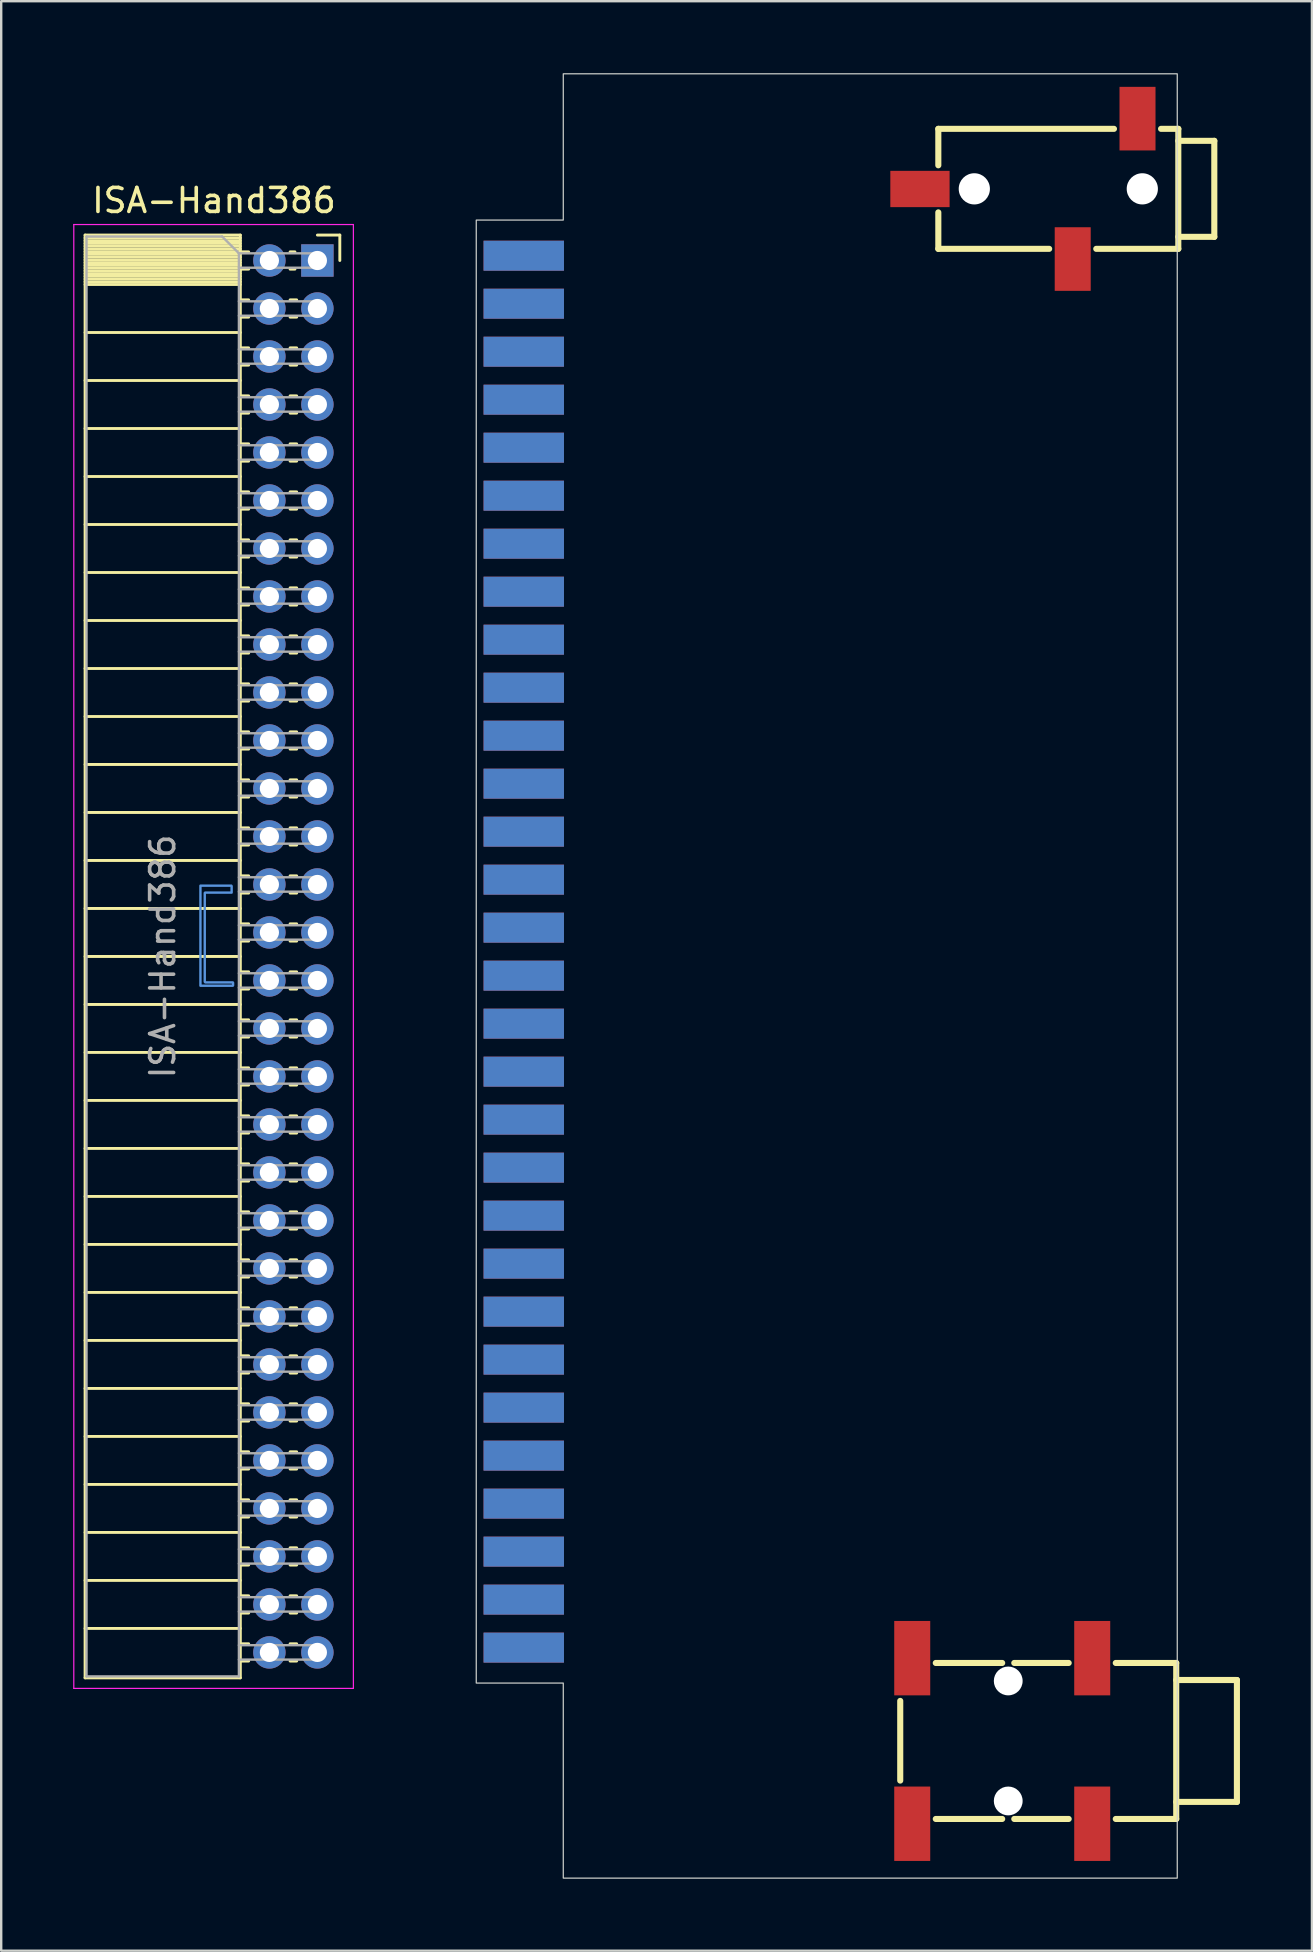
<source format=kicad_pcb>
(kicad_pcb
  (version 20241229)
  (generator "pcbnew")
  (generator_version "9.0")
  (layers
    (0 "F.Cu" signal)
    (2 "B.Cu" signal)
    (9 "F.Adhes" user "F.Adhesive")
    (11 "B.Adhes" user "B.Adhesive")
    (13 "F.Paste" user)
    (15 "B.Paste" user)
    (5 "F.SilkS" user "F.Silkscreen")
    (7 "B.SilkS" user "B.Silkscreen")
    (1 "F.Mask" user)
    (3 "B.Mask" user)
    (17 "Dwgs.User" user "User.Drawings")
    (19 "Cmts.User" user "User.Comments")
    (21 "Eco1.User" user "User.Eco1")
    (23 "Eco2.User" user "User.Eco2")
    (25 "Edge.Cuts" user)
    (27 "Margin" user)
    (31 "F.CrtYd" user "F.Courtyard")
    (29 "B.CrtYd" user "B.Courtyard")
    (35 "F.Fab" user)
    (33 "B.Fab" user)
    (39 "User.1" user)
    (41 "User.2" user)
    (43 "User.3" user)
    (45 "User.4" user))
  (footprint "ISA-Hand386"
    (layer "F.Cu")
    (at 10.175 7.805)
    (property "Reference" "ISA-Hand386" (at -4.31 -2.5 0) (layer "F.SilkS") (effects (font (size 1 1) (thickness 0.15))))
    (attr through_hole)
    (fp_line (start -9.68 -1.06) (end -9.68 59.06) (stroke (width 0.12) (type solid)) (layer "F.SilkS"))
    (fp_line (start -9.68 -1.06) (end -3.21 -1.06) (stroke (width 0.12) (type solid)) (layer "F.SilkS"))
    (fp_line (start -9.68 -0.94) (end -3.21 -0.94) (stroke (width 0.12) (type solid)) (layer "F.SilkS"))
    (fp_line (start -9.68 -0.826) (end -3.21 -0.826) (stroke (width 0.12) (type solid)) (layer "F.SilkS"))
    (fp_line (start -9.68 -0.712) (end -3.21 -0.712) (stroke (width 0.12) (type solid)) (layer "F.SilkS"))
    (fp_line (start -9.68 -0.598) (end -3.21 -0.598) (stroke (width 0.12) (type solid)) (layer "F.SilkS"))
    (fp_line (start -9.68 -0.484) (end -3.21 -0.484) (stroke (width 0.12) (type solid)) (layer "F.SilkS"))
    (fp_line (start -9.68 -0.369) (end -3.21 -0.369) (stroke (width 0.12) (type solid)) (layer "F.SilkS"))
    (fp_line (start -9.68 -0.255) (end -3.21 -0.255) (stroke (width 0.12) (type solid)) (layer "F.SilkS"))
    (fp_line (start -9.68 -0.141) (end -3.21 -0.141) (stroke (width 0.12) (type solid)) (layer "F.SilkS"))
    (fp_line (start -9.68 -0.027) (end -3.21 -0.027) (stroke (width 0.12) (type solid)) (layer "F.SilkS"))
    (fp_line (start -9.68 0.087) (end -3.21 0.087) (stroke (width 0.12) (type solid)) (layer "F.SilkS"))
    (fp_line (start -9.68 0.201) (end -3.21 0.201) (stroke (width 0.12) (type solid)) (layer "F.SilkS"))
    (fp_line (start -9.68 0.315) (end -3.21 0.315) (stroke (width 0.12) (type solid)) (layer "F.SilkS"))
    (fp_line (start -9.68 0.429) (end -3.21 0.429) (stroke (width 0.12) (type solid)) (layer "F.SilkS"))
    (fp_line (start -9.68 0.544) (end -3.21 0.544) (stroke (width 0.12) (type solid)) (layer "F.SilkS"))
    (fp_line (start -9.68 0.658) (end -3.21 0.658) (stroke (width 0.12) (type solid)) (layer "F.SilkS"))
    (fp_line (start -9.68 0.772) (end -3.21 0.772) (stroke (width 0.12) (type solid)) (layer "F.SilkS"))
    (fp_line (start -9.68 0.886) (end -3.21 0.886) (stroke (width 0.12) (type solid)) (layer "F.SilkS"))
    (fp_line (start -9.68 1) (end -3.21 1) (stroke (width 0.12) (type solid)) (layer "F.SilkS"))
    (fp_line (start -9.68 3) (end -3.21 3) (stroke (width 0.12) (type solid)) (layer "F.SilkS"))
    (fp_line (start -9.68 5) (end -3.21 5) (stroke (width 0.12) (type solid)) (layer "F.SilkS"))
    (fp_line (start -9.68 7) (end -3.21 7) (stroke (width 0.12) (type solid)) (layer "F.SilkS"))
    (fp_line (start -9.68 9) (end -3.21 9) (stroke (width 0.12) (type solid)) (layer "F.SilkS"))
    (fp_line (start -9.68 11) (end -3.21 11) (stroke (width 0.12) (type solid)) (layer "F.SilkS"))
    (fp_line (start -9.68 13) (end -3.21 13) (stroke (width 0.12) (type solid)) (layer "F.SilkS"))
    (fp_line (start -9.68 15) (end -3.21 15) (stroke (width 0.12) (type solid)) (layer "F.SilkS"))
    (fp_line (start -9.68 17) (end -3.21 17) (stroke (width 0.12) (type solid)) (layer "F.SilkS"))
    (fp_line (start -9.68 19) (end -3.21 19) (stroke (width 0.12) (type solid)) (layer "F.SilkS"))
    (fp_line (start -9.68 21) (end -3.21 21) (stroke (width 0.12) (type solid)) (layer "F.SilkS"))
    (fp_line (start -9.68 23) (end -3.21 23) (stroke (width 0.12) (type solid)) (layer "F.SilkS"))
    (fp_line (start -9.68 25) (end -3.21 25) (stroke (width 0.12) (type solid)) (layer "F.SilkS"))
    (fp_line (start -9.68 27) (end -3.21 27) (stroke (width 0.12) (type solid)) (layer "F.SilkS"))
    (fp_line (start -9.68 29) (end -3.21 29) (stroke (width 0.12) (type solid)) (layer "F.SilkS"))
    (fp_line (start -9.68 31) (end -3.21 31) (stroke (width 0.12) (type solid)) (layer "F.SilkS"))
    (fp_line (start -9.68 33) (end -3.21 33) (stroke (width 0.12) (type solid)) (layer "F.SilkS"))
    (fp_line (start -9.68 35) (end -3.21 35) (stroke (width 0.12) (type solid)) (layer "F.SilkS"))
    (fp_line (start -9.68 37) (end -3.21 37) (stroke (width 0.12) (type solid)) (layer "F.SilkS"))
    (fp_line (start -9.68 39) (end -3.21 39) (stroke (width 0.12) (type solid)) (layer "F.SilkS"))
    (fp_line (start -9.68 41) (end -3.21 41) (stroke (width 0.12) (type solid)) (layer "F.SilkS"))
    (fp_line (start -9.68 43) (end -3.21 43) (stroke (width 0.12) (type solid)) (layer "F.SilkS"))
    (fp_line (start -9.68 45) (end -3.21 45) (stroke (width 0.12) (type solid)) (layer "F.SilkS"))
    (fp_line (start -9.68 47) (end -3.21 47) (stroke (width 0.12) (type solid)) (layer "F.SilkS"))
    (fp_line (start -9.68 49) (end -3.21 49) (stroke (width 0.12) (type solid)) (layer "F.SilkS"))
    (fp_line (start -9.68 51) (end -3.21 51) (stroke (width 0.12) (type solid)) (layer "F.SilkS"))
    (fp_line (start -9.68 53) (end -3.21 53) (stroke (width 0.12) (type solid)) (layer "F.SilkS"))
    (fp_line (start -9.68 55) (end -3.21 55) (stroke (width 0.12) (type solid)) (layer "F.SilkS"))
    (fp_line (start -9.68 57) (end -3.21 57) (stroke (width 0.12) (type solid)) (layer "F.SilkS"))
    (fp_line (start -9.68 59.06) (end -3.21 59.06) (stroke (width 0.12) (type solid)) (layer "F.SilkS"))
    (fp_line (start -3.21 -1.06) (end -3.21 59.06) (stroke (width 0.12) (type solid)) (layer "F.SilkS"))
    (fp_line (start -3.21 -0.36) (end -2.863 -0.36) (stroke (width 0.12) (type solid)) (layer "F.SilkS"))
    (fp_line (start -3.21 0.36) (end -2.863 0.36) (stroke (width 0.12) (type solid)) (layer "F.SilkS"))
    (fp_line (start -3.21 1.64) (end -2.863 1.64) (stroke (width 0.12) (type solid)) (layer "F.SilkS"))
    (fp_line (start -3.21 2.36) (end -2.863 2.36) (stroke (width 0.12) (type solid)) (layer "F.SilkS"))
    (fp_line (start -3.21 3.64) (end -2.863 3.64) (stroke (width 0.12) (type solid)) (layer "F.SilkS"))
    (fp_line (start -3.21 4.36) (end -2.863 4.36) (stroke (width 0.12) (type solid)) (layer "F.SilkS"))
    (fp_line (start -3.21 5.64) (end -2.863 5.64) (stroke (width 0.12) (type solid)) (layer "F.SilkS"))
    (fp_line (start -3.21 6.36) (end -2.863 6.36) (stroke (width 0.12) (type solid)) (layer "F.SilkS"))
    (fp_line (start -3.21 7.64) (end -2.863 7.64) (stroke (width 0.12) (type solid)) (layer "F.SilkS"))
    (fp_line (start -3.21 8.36) (end -2.863 8.36) (stroke (width 0.12) (type solid)) (layer "F.SilkS"))
    (fp_line (start -3.21 9.64) (end -2.863 9.64) (stroke (width 0.12) (type solid)) (layer "F.SilkS"))
    (fp_line (start -3.21 10.36) (end -2.863 10.36) (stroke (width 0.12) (type solid)) (layer "F.SilkS"))
    (fp_line (start -3.21 11.64) (end -2.863 11.64) (stroke (width 0.12) (type solid)) (layer "F.SilkS"))
    (fp_line (start -3.21 12.36) (end -2.863 12.36) (stroke (width 0.12) (type solid)) (layer "F.SilkS"))
    (fp_line (start -3.21 13.64) (end -2.863 13.64) (stroke (width 0.12) (type solid)) (layer "F.SilkS"))
    (fp_line (start -3.21 14.36) (end -2.863 14.36) (stroke (width 0.12) (type solid)) (layer "F.SilkS"))
    (fp_line (start -3.21 15.64) (end -2.863 15.64) (stroke (width 0.12) (type solid)) (layer "F.SilkS"))
    (fp_line (start -3.21 16.36) (end -2.863 16.36) (stroke (width 0.12) (type solid)) (layer "F.SilkS"))
    (fp_line (start -3.21 17.64) (end -2.863 17.64) (stroke (width 0.12) (type solid)) (layer "F.SilkS"))
    (fp_line (start -3.21 18.36) (end -2.863 18.36) (stroke (width 0.12) (type solid)) (layer "F.SilkS"))
    (fp_line (start -3.21 19.64) (end -2.863 19.64) (stroke (width 0.12) (type solid)) (layer "F.SilkS"))
    (fp_line (start -3.21 20.36) (end -2.863 20.36) (stroke (width 0.12) (type solid)) (layer "F.SilkS"))
    (fp_line (start -3.21 21.64) (end -2.863 21.64) (stroke (width 0.12) (type solid)) (layer "F.SilkS"))
    (fp_line (start -3.21 22.36) (end -2.863 22.36) (stroke (width 0.12) (type solid)) (layer "F.SilkS"))
    (fp_line (start -3.21 23.64) (end -2.863 23.64) (stroke (width 0.12) (type solid)) (layer "F.SilkS"))
    (fp_line (start -3.21 24.36) (end -2.863 24.36) (stroke (width 0.12) (type solid)) (layer "F.SilkS"))
    (fp_line (start -3.21 25.64) (end -2.863 25.64) (stroke (width 0.12) (type solid)) (layer "F.SilkS"))
    (fp_line (start -3.21 26.36) (end -2.863 26.36) (stroke (width 0.12) (type solid)) (layer "F.SilkS"))
    (fp_line (start -3.21 27.64) (end -2.863 27.64) (stroke (width 0.12) (type solid)) (layer "F.SilkS"))
    (fp_line (start -3.21 28.36) (end -2.863 28.36) (stroke (width 0.12) (type solid)) (layer "F.SilkS"))
    (fp_line (start -3.21 29.64) (end -2.863 29.64) (stroke (width 0.12) (type solid)) (layer "F.SilkS"))
    (fp_line (start -3.21 30.36) (end -2.863 30.36) (stroke (width 0.12) (type solid)) (layer "F.SilkS"))
    (fp_line (start -3.21 31.64) (end -2.863 31.64) (stroke (width 0.12) (type solid)) (layer "F.SilkS"))
    (fp_line (start -3.21 32.36) (end -2.863 32.36) (stroke (width 0.12) (type solid)) (layer "F.SilkS"))
    (fp_line (start -3.21 33.64) (end -2.863 33.64) (stroke (width 0.12) (type solid)) (layer "F.SilkS"))
    (fp_line (start -3.21 34.36) (end -2.863 34.36) (stroke (width 0.12) (type solid)) (layer "F.SilkS"))
    (fp_line (start -3.21 35.64) (end -2.863 35.64) (stroke (width 0.12) (type solid)) (layer "F.SilkS"))
    (fp_line (start -3.21 36.36) (end -2.863 36.36) (stroke (width 0.12) (type solid)) (layer "F.SilkS"))
    (fp_line (start -3.21 37.64) (end -2.863 37.64) (stroke (width 0.12) (type solid)) (layer "F.SilkS"))
    (fp_line (start -3.21 38.36) (end -2.863 38.36) (stroke (width 0.12) (type solid)) (layer "F.SilkS"))
    (fp_line (start -3.21 39.64) (end -2.863 39.64) (stroke (width 0.12) (type solid)) (layer "F.SilkS"))
    (fp_line (start -3.21 40.36) (end -2.863 40.36) (stroke (width 0.12) (type solid)) (layer "F.SilkS"))
    (fp_line (start -3.21 41.64) (end -2.863 41.64) (stroke (width 0.12) (type solid)) (layer "F.SilkS"))
    (fp_line (start -3.21 42.36) (end -2.863 42.36) (stroke (width 0.12) (type solid)) (layer "F.SilkS"))
    (fp_line (start -3.21 43.64) (end -2.863 43.64) (stroke (width 0.12) (type solid)) (layer "F.SilkS"))
    (fp_line (start -3.21 44.36) (end -2.863 44.36) (stroke (width 0.12) (type solid)) (layer "F.SilkS"))
    (fp_line (start -3.21 45.64) (end -2.863 45.64) (stroke (width 0.12) (type solid)) (layer "F.SilkS"))
    (fp_line (start -3.21 46.36) (end -2.863 46.36) (stroke (width 0.12) (type solid)) (layer "F.SilkS"))
    (fp_line (start -3.21 47.64) (end -2.863 47.64) (stroke (width 0.12) (type solid)) (layer "F.SilkS"))
    (fp_line (start -3.21 48.36) (end -2.863 48.36) (stroke (width 0.12) (type solid)) (layer "F.SilkS"))
    (fp_line (start -3.21 49.64) (end -2.863 49.64) (stroke (width 0.12) (type solid)) (layer "F.SilkS"))
    (fp_line (start -3.21 50.36) (end -2.863 50.36) (stroke (width 0.12) (type solid)) (layer "F.SilkS"))
    (fp_line (start -3.21 51.64) (end -2.863 51.64) (stroke (width 0.12) (type solid)) (layer "F.SilkS"))
    (fp_line (start -3.21 52.36) (end -2.863 52.36) (stroke (width 0.12) (type solid)) (layer "F.SilkS"))
    (fp_line (start -3.21 53.64) (end -2.863 53.64) (stroke (width 0.12) (type solid)) (layer "F.SilkS"))
    (fp_line (start -3.21 54.36) (end -2.863 54.36) (stroke (width 0.12) (type solid)) (layer "F.SilkS"))
    (fp_line (start -3.21 55.64) (end -2.863 55.64) (stroke (width 0.12) (type solid)) (layer "F.SilkS"))
    (fp_line (start -3.21 56.36) (end -2.863 56.36) (stroke (width 0.12) (type solid)) (layer "F.SilkS"))
    (fp_line (start -3.21 57.64) (end -2.863 57.64) (stroke (width 0.12) (type solid)) (layer "F.SilkS"))
    (fp_line (start -3.21 58.36) (end -2.863 58.36) (stroke (width 0.12) (type solid)) (layer "F.SilkS"))
    (fp_line (start -1.137 -0.36) (end -0.935 -0.36) (stroke (width 0.12) (type solid)) (layer "F.SilkS"))
    (fp_line (start -1.137 0.36) (end -0.935 0.36) (stroke (width 0.12) (type solid)) (layer "F.SilkS"))
    (fp_line (start -1.137 1.64) (end -0.863 1.64) (stroke (width 0.12) (type solid)) (layer "F.SilkS"))
    (fp_line (start -1.137 2.36) (end -0.863 2.36) (stroke (width 0.12) (type solid)) (layer "F.SilkS"))
    (fp_line (start -1.137 3.64) (end -0.863 3.64) (stroke (width 0.12) (type solid)) (layer "F.SilkS"))
    (fp_line (start -1.137 4.36) (end -0.863 4.36) (stroke (width 0.12) (type solid)) (layer "F.SilkS"))
    (fp_line (start -1.137 5.64) (end -0.863 5.64) (stroke (width 0.12) (type solid)) (layer "F.SilkS"))
    (fp_line (start -1.137 6.36) (end -0.863 6.36) (stroke (width 0.12) (type solid)) (layer "F.SilkS"))
    (fp_line (start -1.137 7.64) (end -0.863 7.64) (stroke (width 0.12) (type solid)) (layer "F.SilkS"))
    (fp_line (start -1.137 8.36) (end -0.863 8.36) (stroke (width 0.12) (type solid)) (layer "F.SilkS"))
    (fp_line (start -1.137 9.64) (end -0.863 9.64) (stroke (width 0.12) (type solid)) (layer "F.SilkS"))
    (fp_line (start -1.137 10.36) (end -0.863 10.36) (stroke (width 0.12) (type solid)) (layer "F.SilkS"))
    (fp_line (start -1.137 11.64) (end -0.863 11.64) (stroke (width 0.12) (type solid)) (layer "F.SilkS"))
    (fp_line (start -1.137 12.36) (end -0.863 12.36) (stroke (width 0.12) (type solid)) (layer "F.SilkS"))
    (fp_line (start -1.137 13.64) (end -0.863 13.64) (stroke (width 0.12) (type solid)) (layer "F.SilkS"))
    (fp_line (start -1.137 14.36) (end -0.863 14.36) (stroke (width 0.12) (type solid)) (layer "F.SilkS"))
    (fp_line (start -1.137 15.64) (end -0.863 15.64) (stroke (width 0.12) (type solid)) (layer "F.SilkS"))
    (fp_line (start -1.137 16.36) (end -0.863 16.36) (stroke (width 0.12) (type solid)) (layer "F.SilkS"))
    (fp_line (start -1.137 17.64) (end -0.863 17.64) (stroke (width 0.12) (type solid)) (layer "F.SilkS"))
    (fp_line (start -1.137 18.36) (end -0.863 18.36) (stroke (width 0.12) (type solid)) (layer "F.SilkS"))
    (fp_line (start -1.137 19.64) (end -0.863 19.64) (stroke (width 0.12) (type solid)) (layer "F.SilkS"))
    (fp_line (start -1.137 20.36) (end -0.863 20.36) (stroke (width 0.12) (type solid)) (layer "F.SilkS"))
    (fp_line (start -1.137 21.64) (end -0.863 21.64) (stroke (width 0.12) (type solid)) (layer "F.SilkS"))
    (fp_line (start -1.137 22.36) (end -0.863 22.36) (stroke (width 0.12) (type solid)) (layer "F.SilkS"))
    (fp_line (start -1.137 23.64) (end -0.863 23.64) (stroke (width 0.12) (type solid)) (layer "F.SilkS"))
    (fp_line (start -1.137 24.36) (end -0.863 24.36) (stroke (width 0.12) (type solid)) (layer "F.SilkS"))
    (fp_line (start -1.137 25.64) (end -0.863 25.64) (stroke (width 0.12) (type solid)) (layer "F.SilkS"))
    (fp_line (start -1.137 26.36) (end -0.863 26.36) (stroke (width 0.12) (type solid)) (layer "F.SilkS"))
    (fp_line (start -1.137 27.64) (end -0.863 27.64) (stroke (width 0.12) (type solid)) (layer "F.SilkS"))
    (fp_line (start -1.137 28.36) (end -0.863 28.36) (stroke (width 0.12) (type solid)) (layer "F.SilkS"))
    (fp_line (start -1.137 29.64) (end -0.863 29.64) (stroke (width 0.12) (type solid)) (layer "F.SilkS"))
    (fp_line (start -1.137 30.36) (end -0.863 30.36) (stroke (width 0.12) (type solid)) (layer "F.SilkS"))
    (fp_line (start -1.137 31.64) (end -0.863 31.64) (stroke (width 0.12) (type solid)) (layer "F.SilkS"))
    (fp_line (start -1.137 32.36) (end -0.863 32.36) (stroke (width 0.12) (type solid)) (layer "F.SilkS"))
    (fp_line (start -1.137 33.64) (end -0.863 33.64) (stroke (width 0.12) (type solid)) (layer "F.SilkS"))
    (fp_line (start -1.137 34.36) (end -0.863 34.36) (stroke (width 0.12) (type solid)) (layer "F.SilkS"))
    (fp_line (start -1.137 35.64) (end -0.863 35.64) (stroke (width 0.12) (type solid)) (layer "F.SilkS"))
    (fp_line (start -1.137 36.36) (end -0.863 36.36) (stroke (width 0.12) (type solid)) (layer "F.SilkS"))
    (fp_line (start -1.137 37.64) (end -0.863 37.64) (stroke (width 0.12) (type solid)) (layer "F.SilkS"))
    (fp_line (start -1.137 38.36) (end -0.863 38.36) (stroke (width 0.12) (type solid)) (layer "F.SilkS"))
    (fp_line (start -1.137 39.64) (end -0.863 39.64) (stroke (width 0.12) (type solid)) (layer "F.SilkS"))
    (fp_line (start -1.137 40.36) (end -0.863 40.36) (stroke (width 0.12) (type solid)) (layer "F.SilkS"))
    (fp_line (start -1.137 41.64) (end -0.863 41.64) (stroke (width 0.12) (type solid)) (layer "F.SilkS"))
    (fp_line (start -1.137 42.36) (end -0.863 42.36) (stroke (width 0.12) (type solid)) (layer "F.SilkS"))
    (fp_line (start -1.137 43.64) (end -0.863 43.64) (stroke (width 0.12) (type solid)) (layer "F.SilkS"))
    (fp_line (start -1.137 44.36) (end -0.863 44.36) (stroke (width 0.12) (type solid)) (layer "F.SilkS"))
    (fp_line (start -1.137 45.64) (end -0.863 45.64) (stroke (width 0.12) (type solid)) (layer "F.SilkS"))
    (fp_line (start -1.137 46.36) (end -0.863 46.36) (stroke (width 0.12) (type solid)) (layer "F.SilkS"))
    (fp_line (start -1.137 47.64) (end -0.863 47.64) (stroke (width 0.12) (type solid)) (layer "F.SilkS"))
    (fp_line (start -1.137 48.36) (end -0.863 48.36) (stroke (width 0.12) (type solid)) (layer "F.SilkS"))
    (fp_line (start -1.137 49.64) (end -0.863 49.64) (stroke (width 0.12) (type solid)) (layer "F.SilkS"))
    (fp_line (start -1.137 50.36) (end -0.863 50.36) (stroke (width 0.12) (type solid)) (layer "F.SilkS"))
    (fp_line (start -1.137 51.64) (end -0.863 51.64) (stroke (width 0.12) (type solid)) (layer "F.SilkS"))
    (fp_line (start -1.137 52.36) (end -0.863 52.36) (stroke (width 0.12) (type solid)) (layer "F.SilkS"))
    (fp_line (start -1.137 53.64) (end -0.863 53.64) (stroke (width 0.12) (type solid)) (layer "F.SilkS"))
    (fp_line (start -1.137 54.36) (end -0.863 54.36) (stroke (width 0.12) (type solid)) (layer "F.SilkS"))
    (fp_line (start -1.137 55.64) (end -0.863 55.64) (stroke (width 0.12) (type solid)) (layer "F.SilkS"))
    (fp_line (start -1.137 56.36) (end -0.863 56.36) (stroke (width 0.12) (type solid)) (layer "F.SilkS"))
    (fp_line (start -1.137 57.64) (end -0.863 57.64) (stroke (width 0.12) (type solid)) (layer "F.SilkS"))
    (fp_line (start -1.137 58.36) (end -0.863 58.36) (stroke (width 0.12) (type solid)) (layer "F.SilkS"))
    (fp_line (start 0 -1.06) (end 0.935 -1.06) (stroke (width 0.12) (type solid)) (layer "F.SilkS"))
    (fp_line (start 0.935 -1.06) (end 0.935 0) (stroke (width 0.12) (type solid)) (layer "F.SilkS"))
    (fp_line (start 24.287 60.02) (end 24.287 63.34) (stroke (width 0.254) (type solid)) (layer "F.SilkS"))
    (fp_line (start 25.874 -5.486) (end 25.874 -3.967) (stroke (width 0.254) (type solid)) (layer "F.SilkS"))
    (fp_line (start 25.874 -2.005) (end 25.874 -0.486) (stroke (width 0.254) (type solid)) (layer "F.SilkS"))
    (fp_line (start 28.535 58.439) (end 25.768 58.439) (stroke (width 0.254) (type solid)) (layer "F.SilkS"))
    (fp_line (start 28.535 64.939) (end 25.768 64.939) (stroke (width 0.254) (type solid)) (layer "F.SilkS"))
    (fp_line (start 30.493 -0.486) (end 25.874 -0.486) (stroke (width 0.254) (type solid)) (layer "F.SilkS"))
    (fp_line (start 31.306 58.439) (end 29.039 58.439) (stroke (width 0.254) (type solid)) (layer "F.SilkS"))
    (fp_line (start 31.306 64.939) (end 29.039 64.939) (stroke (width 0.254) (type solid)) (layer "F.SilkS"))
    (fp_line (start 33.193 -5.486) (end 25.874 -5.486) (stroke (width 0.254) (type solid)) (layer "F.SilkS"))
    (fp_line (start 35.787 58.439) (end 33.268 58.439) (stroke (width 0.254) (type solid)) (layer "F.SilkS"))
    (fp_line (start 35.787 58.439) (end 35.787 64.939) (stroke (width 0.254) (type solid)) (layer "F.SilkS"))
    (fp_line (start 35.787 64.229) (end 38.316 64.229) (stroke (width 0.254) (type solid)) (layer "F.SilkS"))
    (fp_line (start 35.787 64.939) (end 33.268 64.939) (stroke (width 0.254) (type solid)) (layer "F.SilkS"))
    (fp_line (start 35.874 -5.486) (end 35.155 -5.486) (stroke (width 0.254) (type solid)) (layer "F.SilkS"))
    (fp_line (start 35.874 -0.986) (end 37.374 -0.986) (stroke (width 0.254) (type solid)) (layer "F.SilkS"))
    (fp_line (start 35.874 -0.486) (end 32.455 -0.486) (stroke (width 0.254) (type solid)) (layer "F.SilkS"))
    (fp_line (start 35.874 -0.486) (end 35.874 -5.486) (stroke (width 0.254) (type solid)) (layer "F.SilkS"))
    (fp_line (start 37.374 -4.986) (end 35.874 -4.986) (stroke (width 0.254) (type solid)) (layer "F.SilkS"))
    (fp_line (start 37.374 -0.986) (end 37.374 -4.986) (stroke (width 0.254) (type solid)) (layer "F.SilkS"))
    (fp_line (start 38.316 59.149) (end 35.787 59.149) (stroke (width 0.254) (type solid)) (layer "F.SilkS"))
    (fp_line (start 38.316 64.229) (end 38.316 59.149) (stroke (width 0.254) (type solid)) (layer "F.SilkS"))
    (fp_circle (center 27.374 -2.986) (end 27.099 -2.986) (stroke (width 0.55) (type solid)) (fill no) (layer "Cmts.User"))
    (fp_circle (center 28.787 59.189) (end 28.787 59.389) (stroke (width 0.4) (type solid)) (fill no) (layer "Cmts.User"))
    (fp_circle (center 28.787 64.189) (end 28.787 64.389) (stroke (width 0.4) (type solid)) (fill no) (layer "Cmts.User"))
    (fp_circle (center 34.374 -2.986) (end 34.099 -2.986) (stroke (width 0.55) (type solid)) (fill no) (layer "Cmts.User"))
    (fp_poly (pts (xy -3.573 26.34) (xy -4.683 26.34) (xy -4.693 26.35) (xy -4.693 30.06) (xy -4.673 30.08) (xy -3.523 30.08) (xy -3.513 30.09) (xy -3.513 30.21) (xy -3.523 30.22) (xy -4.873 30.22) (xy -4.873 26.07) (xy -4.873 26.05) (xy -3.583 26.05) (xy -3.573 26.07)) (stroke (width 0.1) (type solid)) (fill no) (layer "Cmts.User"))
    (fp_poly (pts (xy 6.62 59.276) (xy 10.246 59.276) (xy 10.246 67.404) (xy 35.83 67.404) (xy 35.83 -7.78) (xy 10.246 -7.78) (xy 10.246 -1.684) (xy 6.62 -1.684)) (stroke (width 0.05) (type solid)) (fill no) (layer "Edge.Cuts"))
    (fp_line (start -10.15 -1.5) (end -10.15 59.5) (stroke (width 0.05) (type solid)) (layer "F.CrtYd"))
    (fp_line (start -10.15 59.5) (end 1.5 59.5) (stroke (width 0.05) (type solid)) (layer "F.CrtYd"))
    (fp_line (start 1.5 -1.5) (end -10.15 -1.5) (stroke (width 0.05) (type solid)) (layer "F.CrtYd"))
    (fp_line (start 1.5 59.5) (end 1.5 -1.5) (stroke (width 0.05) (type solid)) (layer "F.CrtYd"))
    (fp_line (start -9.62 -1) (end -3.97 -1) (stroke (width 0.1) (type solid)) (layer "F.Fab"))
    (fp_line (start -9.62 59) (end -9.62 -1) (stroke (width 0.1) (type solid)) (layer "F.Fab"))
    (fp_line (start -3.97 -1) (end -3.27 -0.3) (stroke (width 0.1) (type solid)) (layer "F.Fab"))
    (fp_line (start -3.27 -0.3) (end -3.27 59) (stroke (width 0.1) (type solid)) (layer "F.Fab"))
    (fp_line (start -3.27 0.3) (end 0 0.3) (stroke (width 0.1) (type solid)) (layer "F.Fab"))
    (fp_line (start -3.27 2.3) (end 0 2.3) (stroke (width 0.1) (type solid)) (layer "F.Fab"))
    (fp_line (start -3.27 4.3) (end 0 4.3) (stroke (width 0.1) (type solid)) (layer "F.Fab"))
    (fp_line (start -3.27 6.3) (end 0 6.3) (stroke (width 0.1) (type solid)) (layer "F.Fab"))
    (fp_line (start -3.27 8.3) (end 0 8.3) (stroke (width 0.1) (type solid)) (layer "F.Fab"))
    (fp_line (start -3.27 10.3) (end 0 10.3) (stroke (width 0.1) (type solid)) (layer "F.Fab"))
    (fp_line (start -3.27 12.3) (end 0 12.3) (stroke (width 0.1) (type solid)) (layer "F.Fab"))
    (fp_line (start -3.27 14.3) (end 0 14.3) (stroke (width 0.1) (type solid)) (layer "F.Fab"))
    (fp_line (start -3.27 16.3) (end 0 16.3) (stroke (width 0.1) (type solid)) (layer "F.Fab"))
    (fp_line (start -3.27 18.3) (end 0 18.3) (stroke (width 0.1) (type solid)) (layer "F.Fab"))
    (fp_line (start -3.27 20.3) (end 0 20.3) (stroke (width 0.1) (type solid)) (layer "F.Fab"))
    (fp_line (start -3.27 22.3) (end 0 22.3) (stroke (width 0.1) (type solid)) (layer "F.Fab"))
    (fp_line (start -3.27 24.3) (end 0 24.3) (stroke (width 0.1) (type solid)) (layer "F.Fab"))
    (fp_line (start -3.27 26.3) (end 0 26.3) (stroke (width 0.1) (type solid)) (layer "F.Fab"))
    (fp_line (start -3.27 28.3) (end 0 28.3) (stroke (width 0.1) (type solid)) (layer "F.Fab"))
    (fp_line (start -3.27 30.3) (end 0 30.3) (stroke (width 0.1) (type solid)) (layer "F.Fab"))
    (fp_line (start -3.27 32.3) (end 0 32.3) (stroke (width 0.1) (type solid)) (layer "F.Fab"))
    (fp_line (start -3.27 34.3) (end 0 34.3) (stroke (width 0.1) (type solid)) (layer "F.Fab"))
    (fp_line (start -3.27 36.3) (end 0 36.3) (stroke (width 0.1) (type solid)) (layer "F.Fab"))
    (fp_line (start -3.27 38.3) (end 0 38.3) (stroke (width 0.1) (type solid)) (layer "F.Fab"))
    (fp_line (start -3.27 40.3) (end 0 40.3) (stroke (width 0.1) (type solid)) (layer "F.Fab"))
    (fp_line (start -3.27 42.3) (end 0 42.3) (stroke (width 0.1) (type solid)) (layer "F.Fab"))
    (fp_line (start -3.27 44.3) (end 0 44.3) (stroke (width 0.1) (type solid)) (layer "F.Fab"))
    (fp_line (start -3.27 46.3) (end 0 46.3) (stroke (width 0.1) (type solid)) (layer "F.Fab"))
    (fp_line (start -3.27 48.3) (end 0 48.3) (stroke (width 0.1) (type solid)) (layer "F.Fab"))
    (fp_line (start -3.27 50.3) (end 0 50.3) (stroke (width 0.1) (type solid)) (layer "F.Fab"))
    (fp_line (start -3.27 52.3) (end 0 52.3) (stroke (width 0.1) (type solid)) (layer "F.Fab"))
    (fp_line (start -3.27 54.3) (end 0 54.3) (stroke (width 0.1) (type solid)) (layer "F.Fab"))
    (fp_line (start -3.27 56.3) (end 0 56.3) (stroke (width 0.1) (type solid)) (layer "F.Fab"))
    (fp_line (start -3.27 58.3) (end 0 58.3) (stroke (width 0.1) (type solid)) (layer "F.Fab"))
    (fp_line (start -3.27 59) (end -9.62 59) (stroke (width 0.1) (type solid)) (layer "F.Fab"))
    (fp_line (start 0 -0.3) (end -3.27 -0.3) (stroke (width 0.1) (type solid)) (layer "F.Fab"))
    (fp_line (start 0 0.3) (end 0 -0.3) (stroke (width 0.1) (type solid)) (layer "F.Fab"))
    (fp_line (start 0 1.7) (end -3.27 1.7) (stroke (width 0.1) (type solid)) (layer "F.Fab"))
    (fp_line (start 0 2.3) (end 0 1.7) (stroke (width 0.1) (type solid)) (layer "F.Fab"))
    (fp_line (start 0 3.7) (end -3.27 3.7) (stroke (width 0.1) (type solid)) (layer "F.Fab"))
    (fp_line (start 0 4.3) (end 0 3.7) (stroke (width 0.1) (type solid)) (layer "F.Fab"))
    (fp_line (start 0 5.7) (end -3.27 5.7) (stroke (width 0.1) (type solid)) (layer "F.Fab"))
    (fp_line (start 0 6.3) (end 0 5.7) (stroke (width 0.1) (type solid)) (layer "F.Fab"))
    (fp_line (start 0 7.7) (end -3.27 7.7) (stroke (width 0.1) (type solid)) (layer "F.Fab"))
    (fp_line (start 0 8.3) (end 0 7.7) (stroke (width 0.1) (type solid)) (layer "F.Fab"))
    (fp_line (start 0 9.7) (end -3.27 9.7) (stroke (width 0.1) (type solid)) (layer "F.Fab"))
    (fp_line (start 0 10.3) (end 0 9.7) (stroke (width 0.1) (type solid)) (layer "F.Fab"))
    (fp_line (start 0 11.7) (end -3.27 11.7) (stroke (width 0.1) (type solid)) (layer "F.Fab"))
    (fp_line (start 0 12.3) (end 0 11.7) (stroke (width 0.1) (type solid)) (layer "F.Fab"))
    (fp_line (start 0 13.7) (end -3.27 13.7) (stroke (width 0.1) (type solid)) (layer "F.Fab"))
    (fp_line (start 0 14.3) (end 0 13.7) (stroke (width 0.1) (type solid)) (layer "F.Fab"))
    (fp_line (start 0 15.7) (end -3.27 15.7) (stroke (width 0.1) (type solid)) (layer "F.Fab"))
    (fp_line (start 0 16.3) (end 0 15.7) (stroke (width 0.1) (type solid)) (layer "F.Fab"))
    (fp_line (start 0 17.7) (end -3.27 17.7) (stroke (width 0.1) (type solid)) (layer "F.Fab"))
    (fp_line (start 0 18.3) (end 0 17.7) (stroke (width 0.1) (type solid)) (layer "F.Fab"))
    (fp_line (start 0 19.7) (end -3.27 19.7) (stroke (width 0.1) (type solid)) (layer "F.Fab"))
    (fp_line (start 0 20.3) (end 0 19.7) (stroke (width 0.1) (type solid)) (layer "F.Fab"))
    (fp_line (start 0 21.7) (end -3.27 21.7) (stroke (width 0.1) (type solid)) (layer "F.Fab"))
    (fp_line (start 0 22.3) (end 0 21.7) (stroke (width 0.1) (type solid)) (layer "F.Fab"))
    (fp_line (start 0 23.7) (end -3.27 23.7) (stroke (width 0.1) (type solid)) (layer "F.Fab"))
    (fp_line (start 0 24.3) (end 0 23.7) (stroke (width 0.1) (type solid)) (layer "F.Fab"))
    (fp_line (start 0 25.7) (end -3.27 25.7) (stroke (width 0.1) (type solid)) (layer "F.Fab"))
    (fp_line (start 0 26.3) (end 0 25.7) (stroke (width 0.1) (type solid)) (layer "F.Fab"))
    (fp_line (start 0 27.7) (end -3.27 27.7) (stroke (width 0.1) (type solid)) (layer "F.Fab"))
    (fp_line (start 0 28.3) (end 0 27.7) (stroke (width 0.1) (type solid)) (layer "F.Fab"))
    (fp_line (start 0 29.7) (end -3.27 29.7) (stroke (width 0.1) (type solid)) (layer "F.Fab"))
    (fp_line (start 0 30.3) (end 0 29.7) (stroke (width 0.1) (type solid)) (layer "F.Fab"))
    (fp_line (start 0 31.7) (end -3.27 31.7) (stroke (width 0.1) (type solid)) (layer "F.Fab"))
    (fp_line (start 0 32.3) (end 0 31.7) (stroke (width 0.1) (type solid)) (layer "F.Fab"))
    (fp_line (start 0 33.7) (end -3.27 33.7) (stroke (width 0.1) (type solid)) (layer "F.Fab"))
    (fp_line (start 0 34.3) (end 0 33.7) (stroke (width 0.1) (type solid)) (layer "F.Fab"))
    (fp_line (start 0 35.7) (end -3.27 35.7) (stroke (width 0.1) (type solid)) (layer "F.Fab"))
    (fp_line (start 0 36.3) (end 0 35.7) (stroke (width 0.1) (type solid)) (layer "F.Fab"))
    (fp_line (start 0 37.7) (end -3.27 37.7) (stroke (width 0.1) (type solid)) (layer "F.Fab"))
    (fp_line (start 0 38.3) (end 0 37.7) (stroke (width 0.1) (type solid)) (layer "F.Fab"))
    (fp_line (start 0 39.7) (end -3.27 39.7) (stroke (width 0.1) (type solid)) (layer "F.Fab"))
    (fp_line (start 0 40.3) (end 0 39.7) (stroke (width 0.1) (type solid)) (layer "F.Fab"))
    (fp_line (start 0 41.7) (end -3.27 41.7) (stroke (width 0.1) (type solid)) (layer "F.Fab"))
    (fp_line (start 0 42.3) (end 0 41.7) (stroke (width 0.1) (type solid)) (layer "F.Fab"))
    (fp_line (start 0 43.7) (end -3.27 43.7) (stroke (width 0.1) (type solid)) (layer "F.Fab"))
    (fp_line (start 0 44.3) (end 0 43.7) (stroke (width 0.1) (type solid)) (layer "F.Fab"))
    (fp_line (start 0 45.7) (end -3.27 45.7) (stroke (width 0.1) (type solid)) (layer "F.Fab"))
    (fp_line (start 0 46.3) (end 0 45.7) (stroke (width 0.1) (type solid)) (layer "F.Fab"))
    (fp_line (start 0 47.7) (end -3.27 47.7) (stroke (width 0.1) (type solid)) (layer "F.Fab"))
    (fp_line (start 0 48.3) (end 0 47.7) (stroke (width 0.1) (type solid)) (layer "F.Fab"))
    (fp_line (start 0 49.7) (end -3.27 49.7) (stroke (width 0.1) (type solid)) (layer "F.Fab"))
    (fp_line (start 0 50.3) (end 0 49.7) (stroke (width 0.1) (type solid)) (layer "F.Fab"))
    (fp_line (start 0 51.7) (end -3.27 51.7) (stroke (width 0.1) (type solid)) (layer "F.Fab"))
    (fp_line (start 0 52.3) (end 0 51.7) (stroke (width 0.1) (type solid)) (layer "F.Fab"))
    (fp_line (start 0 53.7) (end -3.27 53.7) (stroke (width 0.1) (type solid)) (layer "F.Fab"))
    (fp_line (start 0 54.3) (end 0 53.7) (stroke (width 0.1) (type solid)) (layer "F.Fab"))
    (fp_line (start 0 55.7) (end -3.27 55.7) (stroke (width 0.1) (type solid)) (layer "F.Fab"))
    (fp_line (start 0 56.3) (end 0 55.7) (stroke (width 0.1) (type solid)) (layer "F.Fab"))
    (fp_line (start 0 57.7) (end -3.27 57.7) (stroke (width 0.1) (type solid)) (layer "F.Fab"))
    (fp_line (start 0 58.3) (end 0 57.7) (stroke (width 0.1) (type solid)) (layer "F.Fab"))
    (fp_text user "${REFERENCE}" (at -6.445 29 90) (layer "F.Fab") (effects (font (size 1 1) (thickness 0.15))))
    (pad "" np_thru_hole circle (at 27.374 -2.986 180) (size 1.3 1.3) (drill 1.3) (layers "*.Cu" "*.Mask"))
    (pad "" np_thru_hole circle (at 28.787 59.189 270) (size 1.2 1.2) (drill 1.2) (layers "*.Cu" "*.Mask"))
    (pad "" np_thru_hole circle (at 28.787 64.189 270) (size 1.2 1.2) (drill 1.2) (layers "*.Cu" "*.Mask"))
    (pad "" np_thru_hole circle (at 34.374 -2.986 180) (size 1.3 1.3) (drill 1.3) (layers "*.Cu" "*.Mask"))
    (pad "1" thru_hole rect (at 0 0) (size 1.35 1.35) (drill 0.8) (layers "*.Cu" "*.Mask"))
    (pad "1" smd rect (at 8.6 -0.2 270) (size 1.25 3.35) (layers "F.Cu" "F.Mask" "F.Paste"))
    (pad "2" thru_hole oval (at -2 0) (size 1.35 1.35) (drill 0.8) (layers "*.Cu" "*.Mask"))
    (pad "2" smd rect (at 8.6 -0.2 270) (size 1.25 3.35) (layers "B.Cu" "B.Mask" "B.Paste"))
    (pad "3" thru_hole oval (at 0 2) (size 1.35 1.35) (drill 0.8) (layers "*.Cu" "*.Mask"))
    (pad "3" smd rect (at 8.6 1.8 270) (size 1.25 3.35) (layers "F.Cu" "F.Mask" "F.Paste"))
    (pad "4" thru_hole oval (at -2 2) (size 1.35 1.35) (drill 0.8) (layers "*.Cu" "*.Mask"))
    (pad "4" smd rect (at 8.6 1.8 270) (size 1.25 3.35) (layers "B.Cu" "B.Mask" "B.Paste"))
    (pad "5" thru_hole oval (at 0 4) (size 1.35 1.35) (drill 0.8) (layers "*.Cu" "*.Mask"))
    (pad "5" smd rect (at 8.6 3.8 270) (size 1.25 3.35) (layers "F.Cu" "F.Mask" "F.Paste"))
    (pad "6" thru_hole oval (at -2 4) (size 1.35 1.35) (drill 0.8) (layers "*.Cu" "*.Mask"))
    (pad "6" smd rect (at 8.6 3.8 270) (size 1.25 3.35) (layers "B.Cu" "B.Mask" "B.Paste"))
    (pad "7" thru_hole oval (at 0 6) (size 1.35 1.35) (drill 0.8) (layers "*.Cu" "*.Mask"))
    (pad "7" smd rect (at 8.6 5.8 270) (size 1.25 3.35) (layers "F.Cu" "F.Mask" "F.Paste"))
    (pad "8" thru_hole oval (at -2 6) (size 1.35 1.35) (drill 0.8) (layers "*.Cu" "*.Mask"))
    (pad "8" smd rect (at 8.6 5.8 270) (size 1.25 3.35) (layers "B.Cu" "B.Mask" "B.Paste"))
    (pad "9" thru_hole oval (at 0 8) (size 1.35 1.35) (drill 0.8) (layers "*.Cu" "*.Mask"))
    (pad "9" smd rect (at 8.6 7.8 270) (size 1.25 3.35) (layers "F.Cu" "F.Mask" "F.Paste"))
    (pad "10" thru_hole oval (at -2 8) (size 1.35 1.35) (drill 0.8) (layers "*.Cu" "*.Mask"))
    (pad "10" smd rect (at 8.6 7.8 270) (size 1.25 3.35) (layers "B.Cu" "B.Mask" "B.Paste"))
    (pad "11" thru_hole oval (at 0 10) (size 1.35 1.35) (drill 0.8) (layers "*.Cu" "*.Mask"))
    (pad "11" smd rect (at 8.6 9.8 270) (size 1.25 3.35) (layers "F.Cu" "F.Mask" "F.Paste"))
    (pad "12" thru_hole oval (at -2 10) (size 1.35 1.35) (drill 0.8) (layers "*.Cu" "*.Mask"))
    (pad "12" smd rect (at 8.6 9.8 270) (size 1.25 3.35) (layers "B.Cu" "B.Mask" "B.Paste"))
    (pad "13" thru_hole oval (at 0 12) (size 1.35 1.35) (drill 0.8) (layers "*.Cu" "*.Mask"))
    (pad "13" smd rect (at 8.6 11.8 270) (size 1.25 3.35) (layers "F.Cu" "F.Mask" "F.Paste"))
    (pad "14" thru_hole oval (at -2 12) (size 1.35 1.35) (drill 0.8) (layers "*.Cu" "*.Mask"))
    (pad "14" smd rect (at 8.6 11.8 270) (size 1.25 3.35) (layers "B.Cu" "B.Mask" "B.Paste"))
    (pad "15" thru_hole oval (at 0 14) (size 1.35 1.35) (drill 0.8) (layers "*.Cu" "*.Mask"))
    (pad "15" smd rect (at 8.6 13.8 270) (size 1.25 3.35) (layers "F.Cu" "F.Mask" "F.Paste"))
    (pad "16" thru_hole oval (at -2 14) (size 1.35 1.35) (drill 0.8) (layers "*.Cu" "*.Mask"))
    (pad "16" smd rect (at 8.6 13.8 270) (size 1.25 3.35) (layers "B.Cu" "B.Mask" "B.Paste"))
    (pad "17" thru_hole oval (at 0 16) (size 1.35 1.35) (drill 0.8) (layers "*.Cu" "*.Mask"))
    (pad "17" smd rect (at 8.6 15.8 270) (size 1.25 3.35) (layers "F.Cu" "F.Mask" "F.Paste"))
    (pad "18" thru_hole oval (at -2 16) (size 1.35 1.35) (drill 0.8) (layers "*.Cu" "*.Mask"))
    (pad "18" smd rect (at 8.6 15.8 270) (size 1.25 3.35) (layers "B.Cu" "B.Mask" "B.Paste"))
    (pad "19" thru_hole oval (at 0 18) (size 1.35 1.35) (drill 0.8) (layers "*.Cu" "*.Mask"))
    (pad "19" smd rect (at 8.6 17.8 270) (size 1.25 3.35) (layers "F.Cu" "F.Mask" "F.Paste"))
    (pad "20" thru_hole oval (at -2 18) (size 1.35 1.35) (drill 0.8) (layers "*.Cu" "*.Mask"))
    (pad "20" smd rect (at 8.6 17.8 270) (size 1.25 3.35) (layers "B.Cu" "B.Mask" "B.Paste"))
    (pad "21" thru_hole oval (at 0 20) (size 1.35 1.35) (drill 0.8) (layers "*.Cu" "*.Mask"))
    (pad "21" smd rect (at 8.6 19.8 270) (size 1.25 3.35) (layers "F.Cu" "F.Mask" "F.Paste"))
    (pad "22" thru_hole oval (at -2 20) (size 1.35 1.35) (drill 0.8) (layers "*.Cu" "*.Mask"))
    (pad "22" smd rect (at 8.6 19.8 270) (size 1.25 3.35) (layers "B.Cu" "B.Mask" "B.Paste"))
    (pad "23" thru_hole oval (at 0 22) (size 1.35 1.35) (drill 0.8) (layers "*.Cu" "*.Mask"))
    (pad "23" smd rect (at 8.6 21.8 270) (size 1.25 3.35) (layers "F.Cu" "F.Mask" "F.Paste"))
    (pad "24" thru_hole oval (at -2 22) (size 1.35 1.35) (drill 0.8) (layers "*.Cu" "*.Mask"))
    (pad "24" smd rect (at 8.6 21.8 270) (size 1.25 3.35) (layers "B.Cu" "B.Mask" "B.Paste"))
    (pad "25" thru_hole oval (at 0 24) (size 1.35 1.35) (drill 0.8) (layers "*.Cu" "*.Mask"))
    (pad "25" smd rect (at 8.6 23.8 270) (size 1.25 3.35) (layers "F.Cu" "F.Mask" "F.Paste"))
    (pad "26" thru_hole oval (at -2 24) (size 1.35 1.35) (drill 0.8) (layers "*.Cu" "*.Mask"))
    (pad "26" smd rect (at 8.6 23.8 270) (size 1.25 3.35) (layers "B.Cu" "B.Mask" "B.Paste"))
    (pad "27" thru_hole oval (at 0 26) (size 1.35 1.35) (drill 0.8) (layers "*.Cu" "*.Mask"))
    (pad "27" smd rect (at 8.6 25.8 270) (size 1.25 3.35) (layers "F.Cu" "F.Mask" "F.Paste"))
    (pad "28" thru_hole oval (at -2 26) (size 1.35 1.35) (drill 0.8) (layers "*.Cu" "*.Mask"))
    (pad "28" smd rect (at 8.6 25.8 270) (size 1.25 3.35) (layers "B.Cu" "B.Mask" "B.Paste"))
    (pad "29" thru_hole oval (at 0 28) (size 1.35 1.35) (drill 0.8) (layers "*.Cu" "*.Mask"))
    (pad "29" smd rect (at 8.6 27.8 270) (size 1.25 3.35) (layers "F.Cu" "F.Mask" "F.Paste"))
    (pad "30" thru_hole oval (at -2 28) (size 1.35 1.35) (drill 0.8) (layers "*.Cu" "*.Mask"))
    (pad "30" smd rect (at 8.6 27.8 270) (size 1.25 3.35) (layers "B.Cu" "B.Mask" "B.Paste"))
    (pad "31" thru_hole oval (at 0 30) (size 1.35 1.35) (drill 0.8) (layers "*.Cu" "*.Mask"))
    (pad "31" smd rect (at 8.6 29.8 270) (size 1.25 3.35) (layers "F.Cu" "F.Mask" "F.Paste"))
    (pad "32" thru_hole oval (at -2 30) (size 1.35 1.35) (drill 0.8) (layers "*.Cu" "*.Mask"))
    (pad "32" smd rect (at 8.6 29.8 270) (size 1.25 3.35) (layers "B.Cu" "B.Mask" "B.Paste"))
    (pad "33" thru_hole oval (at 0 32) (size 1.35 1.35) (drill 0.8) (layers "*.Cu" "*.Mask"))
    (pad "33" smd rect (at 8.6 31.8 270) (size 1.25 3.35) (layers "F.Cu" "F.Mask" "F.Paste"))
    (pad "34" thru_hole oval (at -2 32) (size 1.35 1.35) (drill 0.8) (layers "*.Cu" "*.Mask"))
    (pad "34" smd rect (at 8.6 31.8 270) (size 1.25 3.35) (layers "B.Cu" "B.Mask" "B.Paste"))
    (pad "35" thru_hole oval (at 0 34) (size 1.35 1.35) (drill 0.8) (layers "*.Cu" "*.Mask"))
    (pad "35" smd rect (at 8.6 33.8 270) (size 1.25 3.35) (layers "F.Cu" "F.Mask" "F.Paste"))
    (pad "36" thru_hole oval (at -2 34) (size 1.35 1.35) (drill 0.8) (layers "*.Cu" "*.Mask"))
    (pad "36" smd rect (at 8.6 33.8 270) (size 1.25 3.35) (layers "B.Cu" "B.Mask" "B.Paste"))
    (pad "37" thru_hole oval (at 0 36) (size 1.35 1.35) (drill 0.8) (layers "*.Cu" "*.Mask"))
    (pad "37" smd rect (at 8.6 35.8 270) (size 1.25 3.35) (layers "F.Cu" "F.Mask" "F.Paste"))
    (pad "38" thru_hole oval (at -2 36) (size 1.35 1.35) (drill 0.8) (layers "*.Cu" "*.Mask"))
    (pad "38" smd rect (at 8.6 35.8 270) (size 1.25 3.35) (layers "B.Cu" "B.Mask" "B.Paste"))
    (pad "39" thru_hole oval (at 0 38) (size 1.35 1.35) (drill 0.8) (layers "*.Cu" "*.Mask"))
    (pad "39" smd rect (at 8.6 37.8 270) (size 1.25 3.35) (layers "F.Cu" "F.Mask" "F.Paste"))
    (pad "40" thru_hole oval (at -2 38) (size 1.35 1.35) (drill 0.8) (layers "*.Cu" "*.Mask"))
    (pad "40" smd rect (at 8.6 37.8 270) (size 1.25 3.35) (layers "B.Cu" "B.Mask" "B.Paste"))
    (pad "41" thru_hole oval (at 0 40) (size 1.35 1.35) (drill 0.8) (layers "*.Cu" "*.Mask"))
    (pad "41" smd rect (at 8.6 39.8 270) (size 1.25 3.35) (layers "F.Cu" "F.Mask" "F.Paste"))
    (pad "42" thru_hole oval (at -2 40) (size 1.35 1.35) (drill 0.8) (layers "*.Cu" "*.Mask"))
    (pad "42" smd rect (at 8.6 39.8 270) (size 1.25 3.35) (layers "B.Cu" "B.Mask" "B.Paste"))
    (pad "43" thru_hole oval (at 0 42) (size 1.35 1.35) (drill 0.8) (layers "*.Cu" "*.Mask"))
    (pad "43" smd rect (at 8.6 41.8 270) (size 1.25 3.35) (layers "F.Cu" "F.Mask" "F.Paste"))
    (pad "44" thru_hole oval (at -2 42) (size 1.35 1.35) (drill 0.8) (layers "*.Cu" "*.Mask"))
    (pad "44" smd rect (at 8.6 41.8 270) (size 1.25 3.35) (layers "B.Cu" "B.Mask" "B.Paste"))
    (pad "45" thru_hole oval (at 0 44) (size 1.35 1.35) (drill 0.8) (layers "*.Cu" "*.Mask"))
    (pad "45" smd rect (at 8.6 43.8 270) (size 1.25 3.35) (layers "F.Cu" "F.Mask" "F.Paste"))
    (pad "46" thru_hole oval (at -2 44) (size 1.35 1.35) (drill 0.8) (layers "*.Cu" "*.Mask"))
    (pad "46" smd rect (at 8.6 43.8 270) (size 1.25 3.35) (layers "B.Cu" "B.Mask" "B.Paste"))
    (pad "47" thru_hole oval (at 0 46) (size 1.35 1.35) (drill 0.8) (layers "*.Cu" "*.Mask"))
    (pad "47" smd rect (at 8.6 45.8 270) (size 1.25 3.35) (layers "F.Cu" "F.Mask" "F.Paste"))
    (pad "48" thru_hole oval (at -2 46) (size 1.35 1.35) (drill 0.8) (layers "*.Cu" "*.Mask"))
    (pad "48" smd rect (at 8.6 45.8 270) (size 1.25 3.35) (layers "B.Cu" "B.Mask" "B.Paste"))
    (pad "49" thru_hole oval (at 0 48) (size 1.35 1.35) (drill 0.8) (layers "*.Cu" "*.Mask"))
    (pad "49" smd rect (at 8.6 47.8 270) (size 1.25 3.35) (layers "F.Cu" "F.Mask" "F.Paste"))
    (pad "50" thru_hole oval (at -2 48) (size 1.35 1.35) (drill 0.8) (layers "*.Cu" "*.Mask"))
    (pad "50" smd rect (at 8.6 47.8 270) (size 1.25 3.35) (layers "B.Cu" "B.Mask" "B.Paste"))
    (pad "51" thru_hole oval (at 0 50) (size 1.35 1.35) (drill 0.8) (layers "*.Cu" "*.Mask"))
    (pad "51" smd rect (at 8.6 49.8 270) (size 1.25 3.35) (layers "F.Cu" "F.Mask" "F.Paste"))
    (pad "52" thru_hole oval (at -2 50) (size 1.35 1.35) (drill 0.8) (layers "*.Cu" "*.Mask"))
    (pad "52" smd rect (at 8.6 49.8 270) (size 1.25 3.35) (layers "B.Cu" "B.Mask" "B.Paste"))
    (pad "53" thru_hole oval (at 0 52) (size 1.35 1.35) (drill 0.8) (layers "*.Cu" "*.Mask"))
    (pad "53" smd rect (at 8.6 51.8 270) (size 1.25 3.35) (layers "F.Cu" "F.Mask" "F.Paste"))
    (pad "54" thru_hole oval (at -2 52) (size 1.35 1.35) (drill 0.8) (layers "*.Cu" "*.Mask"))
    (pad "54" smd rect (at 8.6 51.8 270) (size 1.25 3.35) (layers "B.Cu" "B.Mask" "B.Paste"))
    (pad "55" thru_hole oval (at 0 54) (size 1.35 1.35) (drill 0.8) (layers "*.Cu" "*.Mask"))
    (pad "55" smd rect (at 8.6 53.8 270) (size 1.25 3.35) (layers "F.Cu" "F.Mask" "F.Paste"))
    (pad "56" thru_hole oval (at -2 54) (size 1.35 1.35) (drill 0.8) (layers "*.Cu" "*.Mask"))
    (pad "56" smd rect (at 8.6 53.8 270) (size 1.25 3.35) (layers "B.Cu" "B.Mask" "B.Paste"))
    (pad "57" thru_hole oval (at 0 56) (size 1.35 1.35) (drill 0.8) (layers "*.Cu" "*.Mask"))
    (pad "57" smd rect (at 8.6 55.8 270) (size 1.25 3.35) (layers "F.Cu" "F.Mask" "F.Paste"))
    (pad "58" thru_hole oval (at -2 56) (size 1.35 1.35) (drill 0.8) (layers "*.Cu" "*.Mask"))
    (pad "58" smd rect (at 8.6 55.8 270) (size 1.25 3.35) (layers "B.Cu" "B.Mask" "B.Paste"))
    (pad "59" thru_hole oval (at 0 58) (size 1.35 1.35) (drill 0.8) (layers "*.Cu" "*.Mask"))
    (pad "59" smd rect (at 8.6 57.8 270) (size 1.25 3.35) (layers "F.Cu" "F.Mask" "F.Paste"))
    (pad "60" thru_hole oval (at -2 58) (size 1.35 1.35) (drill 0.8) (layers "*.Cu" "*.Mask"))
    (pad "60" smd rect (at 8.6 57.8 270) (size 1.25 3.35) (layers "B.Cu" "B.Mask" "B.Paste"))
    (pad "R" smd rect (at 24.787 65.139) (size 1.5 3.1) (layers "F.Cu" "F.Mask" "F.Paste"))
    (pad "R" smd rect (at 31.474 -0.061) (size 1.5 2.65) (layers "F.Cu" "F.Mask" "F.Paste"))
    (pad "S" smd rect (at 24.787 58.239) (size 1.5 3.1) (layers "F.Cu" "F.Mask" "F.Paste"))
    (pad "S" smd rect (at 34.174 -5.911 180) (size 1.5 2.65) (layers "F.Cu" "F.Mask" "F.Paste"))
    (pad "T" smd rect (at 25.109 -2.98 270) (size 1.512 2.47) (layers "F.Cu" "F.Mask" "F.Paste"))
    (pad "T" smd rect (at 32.287 58.239) (size 1.5 3.1) (layers "F.Cu" "F.Mask" "F.Paste"))
    (pad "T" smd rect (at 32.287 65.139) (size 1.5 3.1) (layers "F.Cu" "F.Mask" "F.Paste")))
  (gr_rect
    (start -3 -3)
    (end 51.618 78.234)
    (stroke (width 0.1) (type default))
    (fill no)
    (layer "Edge.Cuts")))
</source>
